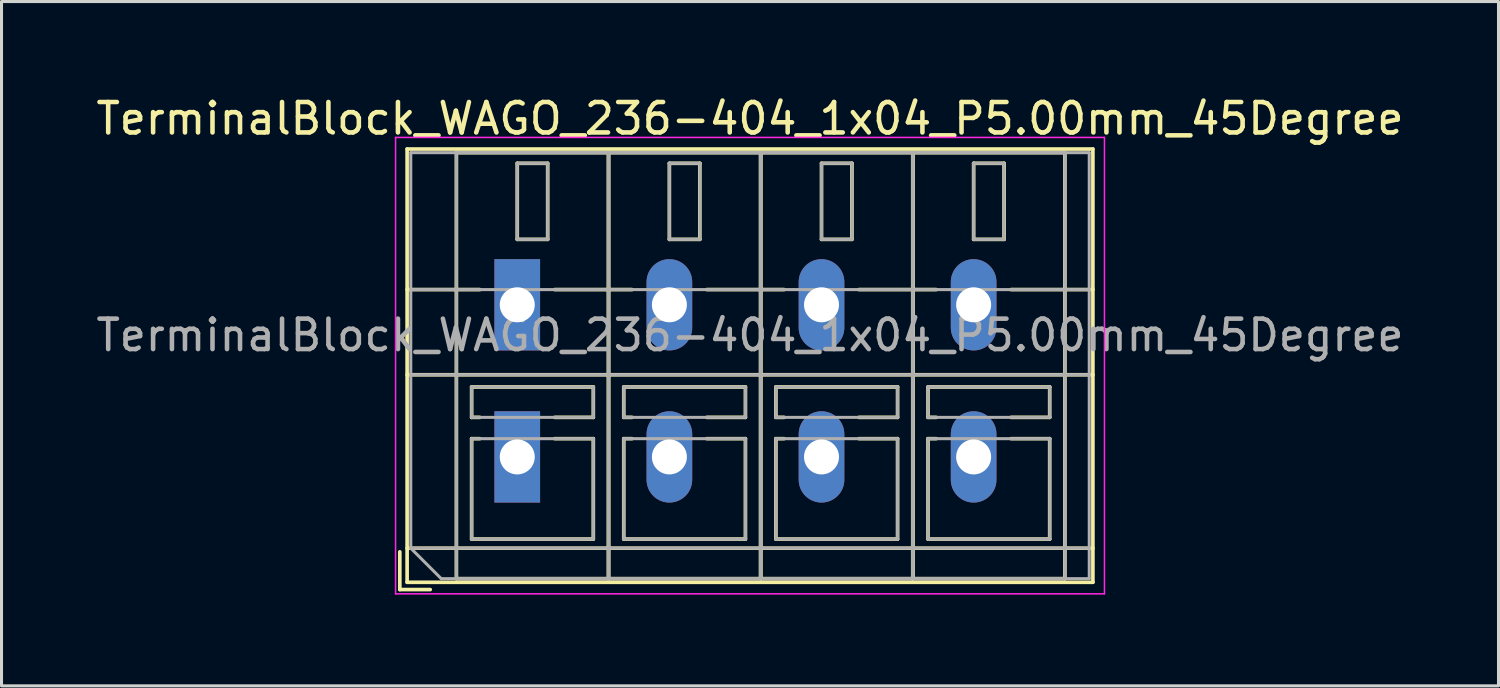
<source format=kicad_pcb>
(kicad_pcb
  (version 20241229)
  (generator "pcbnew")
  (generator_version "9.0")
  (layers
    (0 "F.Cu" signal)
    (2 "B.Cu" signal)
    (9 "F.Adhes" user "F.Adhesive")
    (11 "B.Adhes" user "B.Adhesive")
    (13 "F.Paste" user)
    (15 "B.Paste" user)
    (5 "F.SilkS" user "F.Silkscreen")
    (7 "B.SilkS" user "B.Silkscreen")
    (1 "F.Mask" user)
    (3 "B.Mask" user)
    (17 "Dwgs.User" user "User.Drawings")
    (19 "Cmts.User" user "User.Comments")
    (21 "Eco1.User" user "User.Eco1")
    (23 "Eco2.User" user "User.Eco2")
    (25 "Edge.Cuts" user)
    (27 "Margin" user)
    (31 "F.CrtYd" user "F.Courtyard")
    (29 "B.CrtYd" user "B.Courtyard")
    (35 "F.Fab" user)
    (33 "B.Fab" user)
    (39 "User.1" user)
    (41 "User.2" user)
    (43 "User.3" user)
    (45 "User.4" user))
  (footprint "TerminalBlock_WAGO_236-404_1x04_P5.00mm_45Degree"
    (layer "F.Cu")
    (at 13.951 6.968)
    (property "Reference" "TerminalBlock_WAGO_236-404_1x04_P5.00mm_45Degree" (at 7.65 -6.12 0) (layer "F.SilkS") (effects (font (size 1 1) (thickness 0.15))))
    (attr through_hole)
    (fp_line (start -3.86 8.12) (end -3.86 9.36) (stroke (width 0.12) (type solid)) (layer "F.SilkS"))
    (fp_line (start -3.86 9.36) (end -2.86 9.36) (stroke (width 0.12) (type solid)) (layer "F.SilkS"))
    (fp_line (start -3.62 -5.12) (end -3.62 9.12) (stroke (width 0.12) (type solid)) (layer "F.SilkS"))
    (fp_line (start -3.62 -5.12) (end 18.92 -5.12) (stroke (width 0.12) (type solid)) (layer "F.SilkS"))
    (fp_line (start -3.62 -0.5) (end -1.23 -0.5) (stroke (width 0.12) (type solid)) (layer "F.SilkS"))
    (fp_line (start -3.62 2.3) (end 18.92 2.3) (stroke (width 0.12) (type solid)) (layer "F.SilkS"))
    (fp_line (start -3.62 8) (end 18.92 8) (stroke (width 0.12) (type solid)) (layer "F.SilkS"))
    (fp_line (start -3.62 9.12) (end 18.92 9.12) (stroke (width 0.12) (type solid)) (layer "F.SilkS"))
    (fp_line (start -2 -5) (end -2 9) (stroke (width 0.12) (type solid)) (layer "F.SilkS"))
    (fp_line (start -2 -5) (end 3 -5) (stroke (width 0.12) (type solid)) (layer "F.SilkS"))
    (fp_line (start -2 9) (end 3 9) (stroke (width 0.12) (type solid)) (layer "F.SilkS"))
    (fp_line (start -1.5 2.7) (end -1.5 3.7) (stroke (width 0.12) (type solid)) (layer "F.SilkS"))
    (fp_line (start -1.5 2.7) (end 2.5 2.7) (stroke (width 0.12) (type solid)) (layer "F.SilkS"))
    (fp_line (start -1.5 3.7) (end -1.23 3.7) (stroke (width 0.12) (type solid)) (layer "F.SilkS"))
    (fp_line (start -1.5 4.4) (end -1.5 7.7) (stroke (width 0.12) (type solid)) (layer "F.SilkS"))
    (fp_line (start -1.5 4.4) (end -1.23 4.4) (stroke (width 0.12) (type solid)) (layer "F.SilkS"))
    (fp_line (start -1.5 7.7) (end 2.5 7.7) (stroke (width 0.12) (type solid)) (layer "F.SilkS"))
    (fp_line (start 0 -4.65) (end 0 -2.151) (stroke (width 0.12) (type solid)) (layer "F.SilkS"))
    (fp_line (start 0 -4.65) (end 1 -4.65) (stroke (width 0.12) (type solid)) (layer "F.SilkS"))
    (fp_line (start 0 -2.151) (end 1 -2.151) (stroke (width 0.12) (type solid)) (layer "F.SilkS"))
    (fp_line (start 1 -4.65) (end 1 -2.151) (stroke (width 0.12) (type solid)) (layer "F.SilkS"))
    (fp_line (start 1.23 -0.5) (end 3.77 -0.5) (stroke (width 0.12) (type solid)) (layer "F.SilkS"))
    (fp_line (start 1.23 3.7) (end 2.5 3.7) (stroke (width 0.12) (type solid)) (layer "F.SilkS"))
    (fp_line (start 1.23 4.4) (end 2.5 4.4) (stroke (width 0.12) (type solid)) (layer "F.SilkS"))
    (fp_line (start 2.5 2.7) (end 2.5 3.7) (stroke (width 0.12) (type solid)) (layer "F.SilkS"))
    (fp_line (start 2.5 4.4) (end 2.5 7.7) (stroke (width 0.12) (type solid)) (layer "F.SilkS"))
    (fp_line (start 3 -5) (end 3 9) (stroke (width 0.12) (type solid)) (layer "F.SilkS"))
    (fp_line (start 3 -5) (end 3 9) (stroke (width 0.12) (type solid)) (layer "F.SilkS"))
    (fp_line (start 3 -5) (end 8 -5) (stroke (width 0.12) (type solid)) (layer "F.SilkS"))
    (fp_line (start 3 9) (end 8 9) (stroke (width 0.12) (type solid)) (layer "F.SilkS"))
    (fp_line (start 3.5 2.7) (end 3.5 3.7) (stroke (width 0.12) (type solid)) (layer "F.SilkS"))
    (fp_line (start 3.5 2.7) (end 7.5 2.7) (stroke (width 0.12) (type solid)) (layer "F.SilkS"))
    (fp_line (start 3.5 3.7) (end 3.77 3.7) (stroke (width 0.12) (type solid)) (layer "F.SilkS"))
    (fp_line (start 3.5 4.4) (end 3.5 7.7) (stroke (width 0.12) (type solid)) (layer "F.SilkS"))
    (fp_line (start 3.5 4.4) (end 3.77 4.4) (stroke (width 0.12) (type solid)) (layer "F.SilkS"))
    (fp_line (start 3.5 7.7) (end 7.5 7.7) (stroke (width 0.12) (type solid)) (layer "F.SilkS"))
    (fp_line (start 5 -4.65) (end 5 -2.151) (stroke (width 0.12) (type solid)) (layer "F.SilkS"))
    (fp_line (start 5 -4.65) (end 6 -4.65) (stroke (width 0.12) (type solid)) (layer "F.SilkS"))
    (fp_line (start 5 -2.151) (end 6 -2.151) (stroke (width 0.12) (type solid)) (layer "F.SilkS"))
    (fp_line (start 6 -4.65) (end 6 -2.151) (stroke (width 0.12) (type solid)) (layer "F.SilkS"))
    (fp_line (start 6.23 -0.5) (end 8.77 -0.5) (stroke (width 0.12) (type solid)) (layer "F.SilkS"))
    (fp_line (start 6.23 3.7) (end 7.5 3.7) (stroke (width 0.12) (type solid)) (layer "F.SilkS"))
    (fp_line (start 6.23 4.4) (end 7.5 4.4) (stroke (width 0.12) (type solid)) (layer "F.SilkS"))
    (fp_line (start 7.5 2.7) (end 7.5 3.7) (stroke (width 0.12) (type solid)) (layer "F.SilkS"))
    (fp_line (start 7.5 4.4) (end 7.5 7.7) (stroke (width 0.12) (type solid)) (layer "F.SilkS"))
    (fp_line (start 8 -5) (end 8 9) (stroke (width 0.12) (type solid)) (layer "F.SilkS"))
    (fp_line (start 8 -5) (end 8 9) (stroke (width 0.12) (type solid)) (layer "F.SilkS"))
    (fp_line (start 8 -5) (end 13 -5) (stroke (width 0.12) (type solid)) (layer "F.SilkS"))
    (fp_line (start 8 9) (end 13 9) (stroke (width 0.12) (type solid)) (layer "F.SilkS"))
    (fp_line (start 8.5 2.7) (end 8.5 3.7) (stroke (width 0.12) (type solid)) (layer "F.SilkS"))
    (fp_line (start 8.5 2.7) (end 12.5 2.7) (stroke (width 0.12) (type solid)) (layer "F.SilkS"))
    (fp_line (start 8.5 3.7) (end 8.77 3.7) (stroke (width 0.12) (type solid)) (layer "F.SilkS"))
    (fp_line (start 8.5 4.4) (end 8.5 7.7) (stroke (width 0.12) (type solid)) (layer "F.SilkS"))
    (fp_line (start 8.5 4.4) (end 8.77 4.4) (stroke (width 0.12) (type solid)) (layer "F.SilkS"))
    (fp_line (start 8.5 7.7) (end 12.5 7.7) (stroke (width 0.12) (type solid)) (layer "F.SilkS"))
    (fp_line (start 10 -4.65) (end 10 -2.151) (stroke (width 0.12) (type solid)) (layer "F.SilkS"))
    (fp_line (start 10 -4.65) (end 11 -4.65) (stroke (width 0.12) (type solid)) (layer "F.SilkS"))
    (fp_line (start 10 -2.151) (end 11 -2.151) (stroke (width 0.12) (type solid)) (layer "F.SilkS"))
    (fp_line (start 11 -4.65) (end 11 -2.151) (stroke (width 0.12) (type solid)) (layer "F.SilkS"))
    (fp_line (start 11.23 -0.5) (end 13.77 -0.5) (stroke (width 0.12) (type solid)) (layer "F.SilkS"))
    (fp_line (start 11.23 3.7) (end 12.5 3.7) (stroke (width 0.12) (type solid)) (layer "F.SilkS"))
    (fp_line (start 11.23 4.4) (end 12.5 4.4) (stroke (width 0.12) (type solid)) (layer "F.SilkS"))
    (fp_line (start 12.5 2.7) (end 12.5 3.7) (stroke (width 0.12) (type solid)) (layer "F.SilkS"))
    (fp_line (start 12.5 4.4) (end 12.5 7.7) (stroke (width 0.12) (type solid)) (layer "F.SilkS"))
    (fp_line (start 13 -5) (end 13 9) (stroke (width 0.12) (type solid)) (layer "F.SilkS"))
    (fp_line (start 13 -5) (end 13 9) (stroke (width 0.12) (type solid)) (layer "F.SilkS"))
    (fp_line (start 13 -5) (end 18 -5) (stroke (width 0.12) (type solid)) (layer "F.SilkS"))
    (fp_line (start 13 9) (end 18 9) (stroke (width 0.12) (type solid)) (layer "F.SilkS"))
    (fp_line (start 13.5 2.7) (end 13.5 3.7) (stroke (width 0.12) (type solid)) (layer "F.SilkS"))
    (fp_line (start 13.5 2.7) (end 17.5 2.7) (stroke (width 0.12) (type solid)) (layer "F.SilkS"))
    (fp_line (start 13.5 3.7) (end 13.77 3.7) (stroke (width 0.12) (type solid)) (layer "F.SilkS"))
    (fp_line (start 13.5 4.4) (end 13.5 7.7) (stroke (width 0.12) (type solid)) (layer "F.SilkS"))
    (fp_line (start 13.5 4.4) (end 13.77 4.4) (stroke (width 0.12) (type solid)) (layer "F.SilkS"))
    (fp_line (start 13.5 7.7) (end 17.5 7.7) (stroke (width 0.12) (type solid)) (layer "F.SilkS"))
    (fp_line (start 15 -4.65) (end 15 -2.151) (stroke (width 0.12) (type solid)) (layer "F.SilkS"))
    (fp_line (start 15 -4.65) (end 16 -4.65) (stroke (width 0.12) (type solid)) (layer "F.SilkS"))
    (fp_line (start 15 -2.151) (end 16 -2.151) (stroke (width 0.12) (type solid)) (layer "F.SilkS"))
    (fp_line (start 16 -4.65) (end 16 -2.151) (stroke (width 0.12) (type solid)) (layer "F.SilkS"))
    (fp_line (start 16.23 -0.5) (end 18.92 -0.5) (stroke (width 0.12) (type solid)) (layer "F.SilkS"))
    (fp_line (start 16.23 3.7) (end 17.5 3.7) (stroke (width 0.12) (type solid)) (layer "F.SilkS"))
    (fp_line (start 16.23 4.4) (end 17.5 4.4) (stroke (width 0.12) (type solid)) (layer "F.SilkS"))
    (fp_line (start 17.5 2.7) (end 17.5 3.7) (stroke (width 0.12) (type solid)) (layer "F.SilkS"))
    (fp_line (start 17.5 4.4) (end 17.5 7.7) (stroke (width 0.12) (type solid)) (layer "F.SilkS"))
    (fp_line (start 18 -5) (end 18 9) (stroke (width 0.12) (type solid)) (layer "F.SilkS"))
    (fp_line (start 18.92 -5.12) (end 18.92 9.12) (stroke (width 0.12) (type solid)) (layer "F.SilkS"))
    (fp_line (start -4 -5.5) (end -4 9.5) (stroke (width 0.05) (type solid)) (layer "F.CrtYd"))
    (fp_line (start -4 9.5) (end 19.3 9.5) (stroke (width 0.05) (type solid)) (layer "F.CrtYd"))
    (fp_line (start 19.3 -5.5) (end -4 -5.5) (stroke (width 0.05) (type solid)) (layer "F.CrtYd"))
    (fp_line (start 19.3 9.5) (end 19.3 -5.5) (stroke (width 0.05) (type solid)) (layer "F.CrtYd"))
    (fp_line (start -3.5 -5) (end 18.8 -5) (stroke (width 0.1) (type solid)) (layer "F.Fab"))
    (fp_line (start -3.5 -0.5) (end 18.8 -0.5) (stroke (width 0.1) (type solid)) (layer "F.Fab"))
    (fp_line (start -3.5 2.3) (end 18.8 2.3) (stroke (width 0.1) (type solid)) (layer "F.Fab"))
    (fp_line (start -3.5 8) (end -3.5 -5) (stroke (width 0.1) (type solid)) (layer "F.Fab"))
    (fp_line (start -3.5 8) (end 18.8 8) (stroke (width 0.1) (type solid)) (layer "F.Fab"))
    (fp_line (start -2.5 9) (end -3.5 8) (stroke (width 0.1) (type solid)) (layer "F.Fab"))
    (fp_line (start -2 -5) (end -2 9) (stroke (width 0.1) (type solid)) (layer "F.Fab"))
    (fp_line (start -2 9) (end 3 9) (stroke (width 0.1) (type solid)) (layer "F.Fab"))
    (fp_line (start -1.5 2.7) (end -1.5 3.7) (stroke (width 0.1) (type solid)) (layer "F.Fab"))
    (fp_line (start -1.5 3.7) (end 2.5 3.7) (stroke (width 0.1) (type solid)) (layer "F.Fab"))
    (fp_line (start -1.5 4.4) (end -1.5 7.7) (stroke (width 0.1) (type solid)) (layer "F.Fab"))
    (fp_line (start -1.5 7.7) (end 2.5 7.7) (stroke (width 0.1) (type solid)) (layer "F.Fab"))
    (fp_line (start 0 -4.65) (end 0 -2.15) (stroke (width 0.1) (type solid)) (layer "F.Fab"))
    (fp_line (start 0 -2.15) (end 1 -2.15) (stroke (width 0.1) (type solid)) (layer "F.Fab"))
    (fp_line (start 1 -4.65) (end 0 -4.65) (stroke (width 0.1) (type solid)) (layer "F.Fab"))
    (fp_line (start 1 -2.15) (end 1 -4.65) (stroke (width 0.1) (type solid)) (layer "F.Fab"))
    (fp_line (start 2.5 2.7) (end -1.5 2.7) (stroke (width 0.1) (type solid)) (layer "F.Fab"))
    (fp_line (start 2.5 3.7) (end 2.5 2.7) (stroke (width 0.1) (type solid)) (layer "F.Fab"))
    (fp_line (start 2.5 4.4) (end -1.5 4.4) (stroke (width 0.1) (type solid)) (layer "F.Fab"))
    (fp_line (start 2.5 7.7) (end 2.5 4.4) (stroke (width 0.1) (type solid)) (layer "F.Fab"))
    (fp_line (start 3 -5) (end -2 -5) (stroke (width 0.1) (type solid)) (layer "F.Fab"))
    (fp_line (start 3 -5) (end 3 9) (stroke (width 0.1) (type solid)) (layer "F.Fab"))
    (fp_line (start 3 9) (end 3 -5) (stroke (width 0.1) (type solid)) (layer "F.Fab"))
    (fp_line (start 3 9) (end 8 9) (stroke (width 0.1) (type solid)) (layer "F.Fab"))
    (fp_line (start 3.5 2.7) (end 3.5 3.7) (stroke (width 0.1) (type solid)) (layer "F.Fab"))
    (fp_line (start 3.5 3.7) (end 7.5 3.7) (stroke (width 0.1) (type solid)) (layer "F.Fab"))
    (fp_line (start 3.5 4.4) (end 3.5 7.7) (stroke (width 0.1) (type solid)) (layer "F.Fab"))
    (fp_line (start 3.5 7.7) (end 7.5 7.7) (stroke (width 0.1) (type solid)) (layer "F.Fab"))
    (fp_line (start 5 -4.65) (end 5 -2.15) (stroke (width 0.1) (type solid)) (layer "F.Fab"))
    (fp_line (start 5 -2.15) (end 6 -2.15) (stroke (width 0.1) (type solid)) (layer "F.Fab"))
    (fp_line (start 6 -4.65) (end 5 -4.65) (stroke (width 0.1) (type solid)) (layer "F.Fab"))
    (fp_line (start 6 -2.15) (end 6 -4.65) (stroke (width 0.1) (type solid)) (layer "F.Fab"))
    (fp_line (start 7.5 2.7) (end 3.5 2.7) (stroke (width 0.1) (type solid)) (layer "F.Fab"))
    (fp_line (start 7.5 3.7) (end 7.5 2.7) (stroke (width 0.1) (type solid)) (layer "F.Fab"))
    (fp_line (start 7.5 4.4) (end 3.5 4.4) (stroke (width 0.1) (type solid)) (layer "F.Fab"))
    (fp_line (start 7.5 7.7) (end 7.5 4.4) (stroke (width 0.1) (type solid)) (layer "F.Fab"))
    (fp_line (start 8 -5) (end 3 -5) (stroke (width 0.1) (type solid)) (layer "F.Fab"))
    (fp_line (start 8 -5) (end 8 9) (stroke (width 0.1) (type solid)) (layer "F.Fab"))
    (fp_line (start 8 9) (end 8 -5) (stroke (width 0.1) (type solid)) (layer "F.Fab"))
    (fp_line (start 8 9) (end 13 9) (stroke (width 0.1) (type solid)) (layer "F.Fab"))
    (fp_line (start 8.5 2.7) (end 8.5 3.7) (stroke (width 0.1) (type solid)) (layer "F.Fab"))
    (fp_line (start 8.5 3.7) (end 12.5 3.7) (stroke (width 0.1) (type solid)) (layer "F.Fab"))
    (fp_line (start 8.5 4.4) (end 8.5 7.7) (stroke (width 0.1) (type solid)) (layer "F.Fab"))
    (fp_line (start 8.5 7.7) (end 12.5 7.7) (stroke (width 0.1) (type solid)) (layer "F.Fab"))
    (fp_line (start 10 -4.65) (end 10 -2.15) (stroke (width 0.1) (type solid)) (layer "F.Fab"))
    (fp_line (start 10 -2.15) (end 11 -2.15) (stroke (width 0.1) (type solid)) (layer "F.Fab"))
    (fp_line (start 11 -4.65) (end 10 -4.65) (stroke (width 0.1) (type solid)) (layer "F.Fab"))
    (fp_line (start 11 -2.15) (end 11 -4.65) (stroke (width 0.1) (type solid)) (layer "F.Fab"))
    (fp_line (start 12.5 2.7) (end 8.5 2.7) (stroke (width 0.1) (type solid)) (layer "F.Fab"))
    (fp_line (start 12.5 3.7) (end 12.5 2.7) (stroke (width 0.1) (type solid)) (layer "F.Fab"))
    (fp_line (start 12.5 4.4) (end 8.5 4.4) (stroke (width 0.1) (type solid)) (layer "F.Fab"))
    (fp_line (start 12.5 7.7) (end 12.5 4.4) (stroke (width 0.1) (type solid)) (layer "F.Fab"))
    (fp_line (start 13 -5) (end 8 -5) (stroke (width 0.1) (type solid)) (layer "F.Fab"))
    (fp_line (start 13 -5) (end 13 9) (stroke (width 0.1) (type solid)) (layer "F.Fab"))
    (fp_line (start 13 9) (end 13 -5) (stroke (width 0.1) (type solid)) (layer "F.Fab"))
    (fp_line (start 13 9) (end 18 9) (stroke (width 0.1) (type solid)) (layer "F.Fab"))
    (fp_line (start 13.5 2.7) (end 13.5 3.7) (stroke (width 0.1) (type solid)) (layer "F.Fab"))
    (fp_line (start 13.5 3.7) (end 17.5 3.7) (stroke (width 0.1) (type solid)) (layer "F.Fab"))
    (fp_line (start 13.5 4.4) (end 13.5 7.7) (stroke (width 0.1) (type solid)) (layer "F.Fab"))
    (fp_line (start 13.5 7.7) (end 17.5 7.7) (stroke (width 0.1) (type solid)) (layer "F.Fab"))
    (fp_line (start 15 -4.65) (end 15 -2.15) (stroke (width 0.1) (type solid)) (layer "F.Fab"))
    (fp_line (start 15 -2.15) (end 16 -2.15) (stroke (width 0.1) (type solid)) (layer "F.Fab"))
    (fp_line (start 16 -4.65) (end 15 -4.65) (stroke (width 0.1) (type solid)) (layer "F.Fab"))
    (fp_line (start 16 -2.15) (end 16 -4.65) (stroke (width 0.1) (type solid)) (layer "F.Fab"))
    (fp_line (start 17.5 2.7) (end 13.5 2.7) (stroke (width 0.1) (type solid)) (layer "F.Fab"))
    (fp_line (start 17.5 3.7) (end 17.5 2.7) (stroke (width 0.1) (type solid)) (layer "F.Fab"))
    (fp_line (start 17.5 4.4) (end 13.5 4.4) (stroke (width 0.1) (type solid)) (layer "F.Fab"))
    (fp_line (start 17.5 7.7) (end 17.5 4.4) (stroke (width 0.1) (type solid)) (layer "F.Fab"))
    (fp_line (start 18 -5) (end 13 -5) (stroke (width 0.1) (type solid)) (layer "F.Fab"))
    (fp_line (start 18 9) (end 18 -5) (stroke (width 0.1) (type solid)) (layer "F.Fab"))
    (fp_line (start 18.8 -5) (end 18.8 9) (stroke (width 0.1) (type solid)) (layer "F.Fab"))
    (fp_line (start 18.8 9) (end -2.5 9) (stroke (width 0.1) (type solid)) (layer "F.Fab"))
    (fp_text user "${REFERENCE}" (at 7.65 1 0) (layer "F.Fab") (effects (font (size 1 1) (thickness 0.15))))
    (pad "1" thru_hole rect (at 0 0) (size 1.5 3) (drill 1.15) (layers "*.Cu" "*.Mask"))
    (pad "1" thru_hole rect (at 0 5) (size 1.5 3) (drill 1.15) (layers "*.Cu" "*.Mask"))
    (pad "2" thru_hole oval (at 5 0) (size 1.5 3) (drill 1.15) (layers "*.Cu" "*.Mask"))
    (pad "2" thru_hole oval (at 5 5) (size 1.5 3) (drill 1.15) (layers "*.Cu" "*.Mask"))
    (pad "3" thru_hole oval (at 10 0) (size 1.5 3) (drill 1.15) (layers "*.Cu" "*.Mask"))
    (pad "3" thru_hole oval (at 10 5) (size 1.5 3) (drill 1.15) (layers "*.Cu" "*.Mask"))
    (pad "4" thru_hole oval (at 15 0) (size 1.5 3) (drill 1.15) (layers "*.Cu" "*.Mask"))
    (pad "4" thru_hole oval (at 15 5) (size 1.5 3) (drill 1.15) (layers "*.Cu" "*.Mask")))
  (gr_rect
    (start -3 -3)
    (end 46.202 19.493)
    (stroke (width 0.1) (type default))
    (fill no)
    (layer "Edge.Cuts")))
</source>
